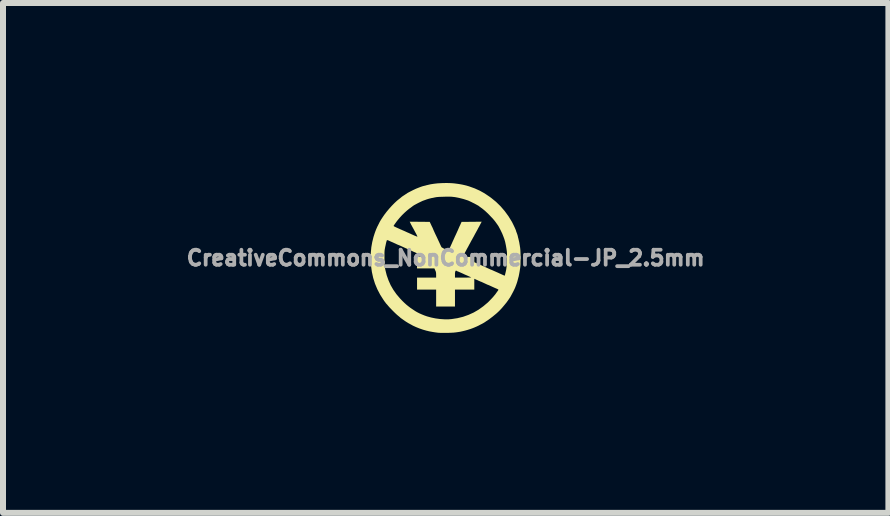
<source format=kicad_pcb>
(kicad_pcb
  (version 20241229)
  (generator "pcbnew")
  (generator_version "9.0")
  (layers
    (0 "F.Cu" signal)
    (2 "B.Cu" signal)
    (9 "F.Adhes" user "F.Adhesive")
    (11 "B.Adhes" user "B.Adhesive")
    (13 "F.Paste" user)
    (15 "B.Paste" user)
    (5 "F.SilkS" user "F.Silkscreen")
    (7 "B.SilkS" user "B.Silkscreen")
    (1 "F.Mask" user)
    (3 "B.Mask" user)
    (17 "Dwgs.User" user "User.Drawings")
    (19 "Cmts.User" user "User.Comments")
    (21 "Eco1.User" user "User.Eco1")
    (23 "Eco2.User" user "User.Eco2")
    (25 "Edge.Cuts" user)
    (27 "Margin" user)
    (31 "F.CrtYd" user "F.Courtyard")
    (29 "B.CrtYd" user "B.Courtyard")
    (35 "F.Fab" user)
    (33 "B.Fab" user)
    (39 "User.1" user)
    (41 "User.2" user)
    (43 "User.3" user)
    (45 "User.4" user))
  (footprint "CreativeCommons_NonCommercial-JP_2.5mm"
    (layer "F.Cu")
    (at 4.378 1.25)
    (property "Reference" "CreativeCommons_NonCommercial-JP_2.5mm" (at 0 0 0) (layer "F.Fab") (effects (font (size 0.25 0.25) (thickness 0.3))))
    (attr board_only exclude_from_pos_files exclude_from_bom)
    (fp_poly (pts (xy 0.051 -1.249) (xy 0.083 -1.248) (xy 0.114 -1.246) (xy 0.147 -1.243) (xy 0.184 -1.238) (xy 0.214 -1.234) (xy 0.25 -1.228) (xy 0.282 -1.222) (xy 0.313 -1.215) (xy 0.346 -1.207) (xy 0.383 -1.196) (xy 0.398 -1.191) (xy 0.484 -1.16) (xy 0.568 -1.122) (xy 0.649 -1.077) (xy 0.729 -1.023) (xy 0.757 -1.003) (xy 0.839 -0.936) (xy 0.914 -0.863) (xy 0.983 -0.783) (xy 1.046 -0.697) (xy 1.102 -0.606) (xy 1.105 -0.601) (xy 1.114 -0.583) (xy 1.125 -0.561) (xy 1.136 -0.538) (xy 1.147 -0.515) (xy 1.157 -0.493) (xy 1.165 -0.474) (xy 1.17 -0.461) (xy 1.173 -0.453) (xy 1.173 -0.453) (xy 1.174 -0.447) (xy 1.178 -0.435) (xy 1.184 -0.42) (xy 1.191 -0.401) (xy 1.197 -0.383) (xy 1.2 -0.372) (xy 1.203 -0.359) (xy 1.207 -0.34) (xy 1.213 -0.319) (xy 1.215 -0.309) (xy 1.22 -0.288) (xy 1.226 -0.262) (xy 1.231 -0.232) (xy 1.236 -0.203) (xy 1.237 -0.195) (xy 1.241 -0.172) (xy 1.243 -0.151) (xy 1.245 -0.13) (xy 1.246 -0.108) (xy 1.247 -0.082) (xy 1.248 -0.051) (xy 1.248 -0.014) (xy 1.248 0.002) (xy 1.248 0.041) (xy 1.247 0.073) (xy 1.247 0.099) (xy 1.246 0.122) (xy 1.244 0.142) (xy 1.242 0.162) (xy 1.239 0.183) (xy 1.235 0.208) (xy 1.235 0.209) (xy 1.23 0.238) (xy 1.225 0.266) (xy 1.22 0.291) (xy 1.216 0.311) (xy 1.213 0.32) (xy 1.208 0.339) (xy 1.203 0.358) (xy 1.2 0.37) (xy 1.196 0.385) (xy 1.19 0.405) (xy 1.182 0.429) (xy 1.173 0.454) (xy 1.164 0.477) (xy 1.158 0.493) (xy 1.149 0.513) (xy 1.137 0.538) (xy 1.123 0.566) (xy 1.108 0.594) (xy 1.094 0.62) (xy 1.082 0.642) (xy 1.075 0.654) (xy 1.046 0.697) (xy 1.013 0.743) (xy 0.976 0.788) (xy 0.939 0.832) (xy 0.902 0.872) (xy 0.866 0.907) (xy 0.863 0.909) (xy 0.84 0.93) (xy 0.813 0.952) (xy 0.784 0.976) (xy 0.755 0.998) (xy 0.728 1.019) (xy 0.705 1.035) (xy 0.693 1.043) (xy 0.674 1.055) (xy 0.654 1.069) (xy 0.641 1.077) (xy 0.626 1.086) (xy 0.604 1.098) (xy 0.578 1.111) (xy 0.55 1.126) (xy 0.521 1.14) (xy 0.493 1.152) (xy 0.489 1.154) (xy 0.455 1.168) (xy 0.414 1.183) (xy 0.37 1.197) (xy 0.324 1.21) (xy 0.282 1.22) (xy 0.242 1.229) (xy 0.204 1.235) (xy 0.168 1.24) (xy 0.129 1.244) (xy 0.086 1.246) (xy 0.038 1.248) (xy 0.016 1.248) (xy -0.018 1.248) (xy -0.05 1.248) (xy -0.08 1.248) (xy -0.104 1.247) (xy -0.123 1.246) (xy -0.132 1.245) (xy -0.177 1.239) (xy -0.215 1.233) (xy -0.248 1.227) (xy -0.276 1.222) (xy -0.303 1.215) (xy -0.314 1.213) (xy -0.377 1.195) (xy -0.438 1.174) (xy -0.495 1.151) (xy -0.547 1.127) (xy -0.566 1.116) (xy -0.583 1.107) (xy -0.599 1.098) (xy -0.61 1.092) (xy -0.611 1.092) (xy -0.623 1.085) (xy -0.639 1.075) (xy -0.659 1.063) (xy -0.68 1.049) (xy -0.701 1.034) (xy -0.721 1.02) (xy -0.738 1.008) (xy -0.751 0.999) (xy -0.757 0.993) (xy -0.762 0.988) (xy -0.773 0.979) (xy -0.787 0.967) (xy -0.791 0.964) (xy -0.81 0.948) (xy -0.834 0.926) (xy -0.86 0.901) (xy -0.887 0.874) (xy -0.913 0.847) (xy -0.937 0.822) (xy -0.956 0.8) (xy -0.958 0.798) (xy -0.971 0.782) (xy -0.983 0.769) (xy -0.991 0.76) (xy -0.994 0.757) (xy -0.998 0.752) (xy -1.006 0.74) (xy -1.018 0.725) (xy -1.031 0.706) (xy -1.036 0.699) (xy -1.092 0.611) (xy -1.139 0.521) (xy -1.178 0.428) (xy -1.208 0.332) (xy -1.23 0.232) (xy -1.244 0.129) (xy -1.249 0.037) (xy -1.02 0.037) (xy -1.02 0.067) (xy -1.02 0.09) (xy -1.019 0.11) (xy -1.018 0.126) (xy -1.016 0.141) (xy -1.013 0.157) (xy -1.01 0.174) (xy -1.006 0.195) (xy -1.006 0.195) (xy -0.983 0.287) (xy -0.953 0.372) (xy -0.917 0.453) (xy -0.873 0.529) (xy -0.821 0.603) (xy -0.761 0.674) (xy -0.721 0.716) (xy -0.688 0.748) (xy -0.656 0.777) (xy -0.624 0.803) (xy -0.589 0.83) (xy -0.549 0.857) (xy -0.507 0.885) (xy -0.476 0.903) (xy -0.439 0.922) (xy -0.398 0.94) (xy -0.354 0.958) (xy -0.311 0.973) (xy -0.242 0.992) (xy -0.169 1.007) (xy -0.094 1.017) (xy -0.02 1.022) (xy 0.051 1.022) (xy 0.098 1.018) (xy 0.196 1.003) (xy 0.29 0.98) (xy 0.38 0.948) (xy 0.466 0.909) (xy 0.549 0.861) (xy 0.628 0.804) (xy 0.704 0.74) (xy 0.707 0.737) (xy 0.725 0.719) (xy 0.746 0.697) (xy 0.769 0.673) (xy 0.791 0.649) (xy 0.81 0.626) (xy 0.826 0.607) (xy 0.831 0.6) (xy 0.844 0.582) (xy 0.855 0.566) (xy 0.864 0.554) (xy 0.868 0.549) (xy 0.876 0.537) (xy 0.879 0.529) (xy 0.874 0.523) (xy 0.862 0.517) (xy 0.856 0.514) (xy 0.823 0.5) (xy 0.785 0.483) (xy 0.746 0.465) (xy 0.742 0.463) (xy 0.728 0.457) (xy 0.717 0.452) (xy 0.711 0.45) (xy 0.711 0.45) (xy 0.706 0.448) (xy 0.695 0.444) (xy 0.68 0.437) (xy 0.68 0.437) (xy 0.65 0.423) (xy 0.626 0.412) (xy 0.609 0.404) (xy 0.598 0.399) (xy 0.591 0.396) (xy 0.589 0.395) (xy 0.588 0.395) (xy 0.583 0.394) (xy 0.571 0.388) (xy 0.553 0.381) (xy 0.531 0.37) (xy 0.505 0.359) (xy 0.501 0.357) (xy 0.477 0.346) (xy 0.477 0.527) (xy 0.155 0.527) (xy 0.155 0.809) (xy -0.159 0.809) (xy -0.159 0.527) (xy -0.477 0.527) (xy -0.477 0.327) (xy -0.159 0.327) (xy 0.155 0.327) (xy 0.294 0.327) (xy 0.335 0.327) (xy 0.367 0.326) (xy 0.391 0.326) (xy 0.409 0.325) (xy 0.419 0.324) (xy 0.424 0.323) (xy 0.423 0.322) (xy 0.423 0.322) (xy 0.414 0.317) (xy 0.399 0.311) (xy 0.381 0.303) (xy 0.373 0.299) (xy 0.357 0.292) (xy 0.343 0.286) (xy 0.335 0.282) (xy 0.334 0.282) (xy 0.332 0.281) (xy 0.328 0.28) (xy 0.321 0.277) (xy 0.309 0.271) (xy 0.292 0.263) (xy 0.268 0.252) (xy 0.243 0.241) (xy 0.227 0.234) (xy 0.213 0.228) (xy 0.205 0.225) (xy 0.192 0.22) (xy 0.184 0.215) (xy 0.175 0.21) (xy 0.169 0.211) (xy 0.163 0.22) (xy 0.161 0.223) (xy 0.158 0.234) (xy 0.155 0.253) (xy 0.155 0.278) (xy 0.155 0.282) (xy 0.155 0.327) (xy -0.159 0.327) (xy -0.159 0.282) (xy -0.16 0.253) (xy -0.163 0.233) (xy -0.166 0.224) (xy -0.171 0.212) (xy -0.178 0.196) (xy -0.18 0.192) (xy -0.188 0.173) (xy -0.477 0.173) (xy -0.477 -0.018) (xy -0.413 -0.018) (xy -0.386 -0.018) (xy -0.368 -0.019) (xy -0.358 -0.02) (xy -0.356 -0.023) (xy -0.363 -0.028) (xy -0.377 -0.035) (xy -0.395 -0.043) (xy -0.415 -0.051) (xy -0.435 -0.06) (xy -0.448 -0.066) (xy -0.463 -0.072) (xy -0.482 -0.081) (xy -0.503 -0.09) (xy -0.509 -0.093) (xy -0.529 -0.101) (xy -0.548 -0.11) (xy -0.562 -0.117) (xy -0.566 -0.118) (xy -0.587 -0.128) (xy -0.613 -0.14) (xy -0.638 -0.151) (xy -0.656 -0.159) (xy -0.694 -0.176) (xy -0.74 -0.197) (xy -0.753 -0.203) (xy -0.769 -0.21) (xy -0.782 -0.215) (xy -0.789 -0.218) (xy -0.789 -0.218) (xy -0.795 -0.22) (xy -0.806 -0.225) (xy -0.815 -0.229) (xy -0.829 -0.236) (xy -0.849 -0.245) (xy -0.871 -0.255) (xy -0.886 -0.262) (xy -0.908 -0.271) (xy -0.928 -0.28) (xy -0.945 -0.288) (xy -0.953 -0.292) (xy -0.966 -0.296) (xy -0.975 -0.298) (xy -0.977 -0.298) (xy -0.98 -0.295) (xy -0.983 -0.288) (xy -0.986 -0.278) (xy -0.991 -0.261) (xy -0.996 -0.239) (xy -1.002 -0.209) (xy -1.006 -0.193) (xy -1.01 -0.173) (xy -1.013 -0.156) (xy -1.016 -0.14) (xy -1.018 -0.125) (xy -1.019 -0.108) (xy -1.02 -0.088) (xy -1.02 -0.064) (xy -1.02 -0.034) (xy -1.02 0) (xy -1.02 0.037) (xy -1.249 0.037) (xy -1.25 0.022) (xy -1.25 0) (xy -1.247 -0.093) (xy -1.239 -0.18) (xy -1.224 -0.265) (xy -1.203 -0.35) (xy -1.182 -0.416) (xy -1.173 -0.441) (xy -1.165 -0.462) (xy -1.157 -0.482) (xy -1.147 -0.504) (xy -1.136 -0.529) (xy -1.132 -0.535) (xy -0.868 -0.535) (xy -0.866 -0.532) (xy -0.861 -0.528) (xy -0.85 -0.522) (xy -0.834 -0.514) (xy -0.812 -0.504) (xy -0.783 -0.491) (xy -0.75 -0.476) (xy -0.733 -0.469) (xy -0.716 -0.461) (xy -0.711 -0.459) (xy -0.699 -0.454) (xy -0.681 -0.446) (xy -0.661 -0.437) (xy -0.655 -0.434) (xy -0.635 -0.425) (xy -0.616 -0.417) (xy -0.601 -0.41) (xy -0.598 -0.409) (xy -0.568 -0.395) (xy -0.541 -0.383) (xy -0.517 -0.372) (xy -0.496 -0.364) (xy -0.482 -0.358) (xy -0.474 -0.356) (xy -0.472 -0.356) (xy -0.472 -0.357) (xy -0.472 -0.36) (xy -0.474 -0.366) (xy -0.479 -0.376) (xy -0.485 -0.389) (xy -0.495 -0.408) (xy -0.508 -0.432) (xy -0.524 -0.462) (xy -0.544 -0.499) (xy -0.555 -0.518) (xy -0.566 -0.539) (xy -0.577 -0.559) (xy -0.585 -0.576) (xy -0.59 -0.585) (xy -0.599 -0.605) (xy -0.266 -0.602) (xy -0.258 -0.586) (xy -0.251 -0.571) (xy -0.242 -0.552) (xy -0.233 -0.532) (xy -0.223 -0.513) (xy -0.215 -0.495) (xy -0.209 -0.481) (xy -0.205 -0.472) (xy -0.205 -0.47) (xy -0.204 -0.468) (xy -0.202 -0.464) (xy -0.198 -0.455) (xy -0.192 -0.442) (xy -0.184 -0.424) (xy -0.173 -0.4) (xy -0.158 -0.369) (xy -0.145 -0.342) (xy -0.121 -0.29) (xy -0.1 -0.245) (xy -0.091 -0.225) (xy -0.083 -0.208) (xy -0.076 -0.194) (xy -0.072 -0.184) (xy -0.072 -0.183) (xy -0.066 -0.178) (xy -0.054 -0.17) (xy -0.038 -0.161) (xy -0.018 -0.151) (xy 0.002 -0.141) (xy 0.021 -0.132) (xy 0.037 -0.126) (xy 0.039 -0.126) (xy 0.043 -0.125) (xy 0.046 -0.125) (xy 0.049 -0.128) (xy 0.054 -0.135) (xy 0.059 -0.147) (xy 0.067 -0.164) (xy 0.078 -0.188) (xy 0.08 -0.193) (xy 0.09 -0.215) (xy 0.102 -0.241) (xy 0.114 -0.269) (xy 0.128 -0.299) (xy 0.141 -0.328) (xy 0.153 -0.355) (xy 0.164 -0.378) (xy 0.172 -0.395) (xy 0.175 -0.402) (xy 0.183 -0.419) (xy 0.192 -0.44) (xy 0.198 -0.452) (xy 0.205 -0.468) (xy 0.214 -0.489) (xy 0.224 -0.512) (xy 0.232 -0.53) (xy 0.242 -0.55) (xy 0.25 -0.569) (xy 0.257 -0.583) (xy 0.26 -0.591) (xy 0.266 -0.602) (xy 0.433 -0.603) (xy 0.6 -0.605) (xy 0.581 -0.569) (xy 0.57 -0.548) (xy 0.558 -0.525) (xy 0.544 -0.501) (xy 0.532 -0.477) (xy 0.52 -0.455) (xy 0.51 -0.437) (xy 0.503 -0.424) (xy 0.5 -0.418) (xy 0.496 -0.412) (xy 0.489 -0.399) (xy 0.48 -0.382) (xy 0.469 -0.361) (xy 0.464 -0.352) (xy 0.452 -0.331) (xy 0.442 -0.312) (xy 0.433 -0.297) (xy 0.428 -0.288) (xy 0.427 -0.286) (xy 0.424 -0.28) (xy 0.417 -0.268) (xy 0.408 -0.25) (xy 0.396 -0.229) (xy 0.388 -0.214) (xy 0.375 -0.189) (xy 0.362 -0.166) (xy 0.351 -0.146) (xy 0.343 -0.13) (xy 0.34 -0.125) (xy 0.331 -0.108) (xy 0.32 -0.088) (xy 0.315 -0.077) (xy 0.306 -0.061) (xy 0.298 -0.048) (xy 0.294 -0.041) (xy 0.289 -0.033) (xy 0.287 -0.028) (xy 0.288 -0.024) (xy 0.293 -0.021) (xy 0.304 -0.02) (xy 0.32 -0.019) (xy 0.344 -0.018) (xy 0.376 -0.018) (xy 0.382 -0.018) (xy 0.477 -0.018) (xy 0.477 0.027) (xy 0.477 0.048) (xy 0.478 0.061) (xy 0.479 0.069) (xy 0.482 0.073) (xy 0.487 0.075) (xy 0.487 0.075) (xy 0.497 0.079) (xy 0.511 0.085) (xy 0.525 0.091) (xy 0.542 0.099) (xy 0.564 0.108) (xy 0.586 0.118) (xy 0.591 0.12) (xy 0.611 0.129) (xy 0.632 0.138) (xy 0.649 0.146) (xy 0.652 0.148) (xy 0.7 0.17) (xy 0.742 0.189) (xy 0.764 0.198) (xy 0.781 0.205) (xy 0.803 0.215) (xy 0.826 0.225) (xy 0.839 0.231) (xy 0.86 0.24) (xy 0.882 0.25) (xy 0.901 0.259) (xy 0.909 0.262) (xy 0.928 0.271) (xy 0.948 0.28) (xy 0.957 0.284) (xy 0.97 0.29) (xy 0.979 0.294) (xy 0.982 0.295) (xy 0.985 0.291) (xy 0.989 0.282) (xy 0.99 0.276) (xy 1 0.235) (xy 1.008 0.198) (xy 1.013 0.162) (xy 1.017 0.125) (xy 1.02 0.084) (xy 1.021 0.037) (xy 1.022 0.024) (xy 1.022 -0.016) (xy 1.022 -0.049) (xy 1.022 -0.077) (xy 1.02 -0.103) (xy 1.017 -0.128) (xy 1.013 -0.155) (xy 1.008 -0.185) (xy 1.002 -0.218) (xy 0.991 -0.27) (xy 0.977 -0.318) (xy 0.959 -0.366) (xy 0.951 -0.386) (xy 0.943 -0.406) (xy 0.932 -0.429) (xy 0.92 -0.454) (xy 0.907 -0.48) (xy 0.894 -0.504) (xy 0.883 -0.525) (xy 0.873 -0.541) (xy 0.867 -0.55) (xy 0.861 -0.558) (xy 0.851 -0.572) (xy 0.839 -0.589) (xy 0.826 -0.607) (xy 0.806 -0.632) (xy 0.781 -0.661) (xy 0.751 -0.692) (xy 0.72 -0.725) (xy 0.688 -0.756) (xy 0.657 -0.785) (xy 0.628 -0.809) (xy 0.607 -0.826) (xy 0.588 -0.839) (xy 0.571 -0.852) (xy 0.557 -0.862) (xy 0.549 -0.869) (xy 0.54 -0.874) (xy 0.524 -0.883) (xy 0.504 -0.894) (xy 0.48 -0.907) (xy 0.455 -0.919) (xy 0.43 -0.932) (xy 0.407 -0.943) (xy 0.387 -0.952) (xy 0.372 -0.959) (xy 0.368 -0.96) (xy 0.334 -0.971) (xy 0.296 -0.983) (xy 0.257 -0.993) (xy 0.221 -1.002) (xy 0.211 -1.004) (xy 0.181 -1.01) (xy 0.153 -1.015) (xy 0.127 -1.018) (xy 0.101 -1.021) (xy 0.072 -1.022) (xy 0.039 -1.022) (xy -0.000278 -1.022) (xy -0.024 -1.021) (xy -0.063 -1.02) (xy -0.093 -1.019) (xy -0.118 -1.018) (xy -0.139 -1.016) (xy -0.157 -1.014) (xy -0.173 -1.011) (xy -0.184 -1.009) (xy -0.206 -1.004) (xy -0.227 -1) (xy -0.244 -0.997) (xy -0.25 -0.995) (xy -0.267 -0.991) (xy -0.289 -0.985) (xy -0.315 -0.977) (xy -0.342 -0.967) (xy -0.368 -0.958) (xy -0.389 -0.95) (xy -0.393 -0.948) (xy -0.42 -0.935) (xy -0.449 -0.921) (xy -0.478 -0.906) (xy -0.504 -0.892) (xy -0.528 -0.879) (xy -0.545 -0.867) (xy -0.554 -0.861) (xy -0.56 -0.856) (xy -0.572 -0.847) (xy -0.588 -0.835) (xy -0.607 -0.822) (xy -0.609 -0.82) (xy -0.646 -0.79) (xy -0.686 -0.754) (xy -0.727 -0.714) (xy -0.766 -0.671) (xy -0.803 -0.627) (xy -0.82 -0.605) (xy -0.835 -0.584) (xy -0.849 -0.565) (xy -0.859 -0.55) (xy -0.866 -0.539) (xy -0.868 -0.535) (xy -1.132 -0.535) (xy -1.124 -0.552) (xy -1.113 -0.573) (xy -1.105 -0.59) (xy -1.097 -0.605) (xy -1.089 -0.619) (xy -1.079 -0.636) (xy -1.066 -0.656) (xy -1.055 -0.673) (xy -1.022 -0.721) (xy -0.984 -0.771) (xy -0.942 -0.821) (xy -0.898 -0.87) (xy -0.854 -0.915) (xy -0.811 -0.955) (xy -0.775 -0.984) (xy -0.758 -0.997) (xy -0.744 -1.009) (xy -0.734 -1.017) (xy -0.73 -1.021) (xy -0.724 -1.025) (xy -0.712 -1.033) (xy -0.697 -1.043) (xy -0.686 -1.05) (xy -0.67 -1.061) (xy -0.656 -1.069) (xy -0.648 -1.075) (xy -0.645 -1.077) (xy -0.64 -1.081) (xy -0.628 -1.088) (xy -0.611 -1.097) (xy -0.59 -1.108) (xy -0.568 -1.119) (xy -0.545 -1.131) (xy -0.523 -1.141) (xy -0.504 -1.15) (xy -0.491 -1.156) (xy -0.456 -1.17) (xy -0.425 -1.182) (xy -0.399 -1.191) (xy -0.378 -1.198) (xy -0.368 -1.2) (xy -0.357 -1.203) (xy -0.339 -1.207) (xy -0.319 -1.213) (xy -0.309 -1.215) (xy -0.254 -1.228) (xy -0.197 -1.237) (xy -0.136 -1.244) (xy -0.069 -1.248) (xy -0.028 -1.249) (xy 0.014 -1.25)) (stroke (width 0) (type solid)) (fill yes) (layer "F.SilkS")))
  (gr_rect
    (start -3 -3)
    (end 11.757 5.498)
    (stroke (width 0.1) (type default))
    (fill no)
    (layer "Edge.Cuts")))
</source>
